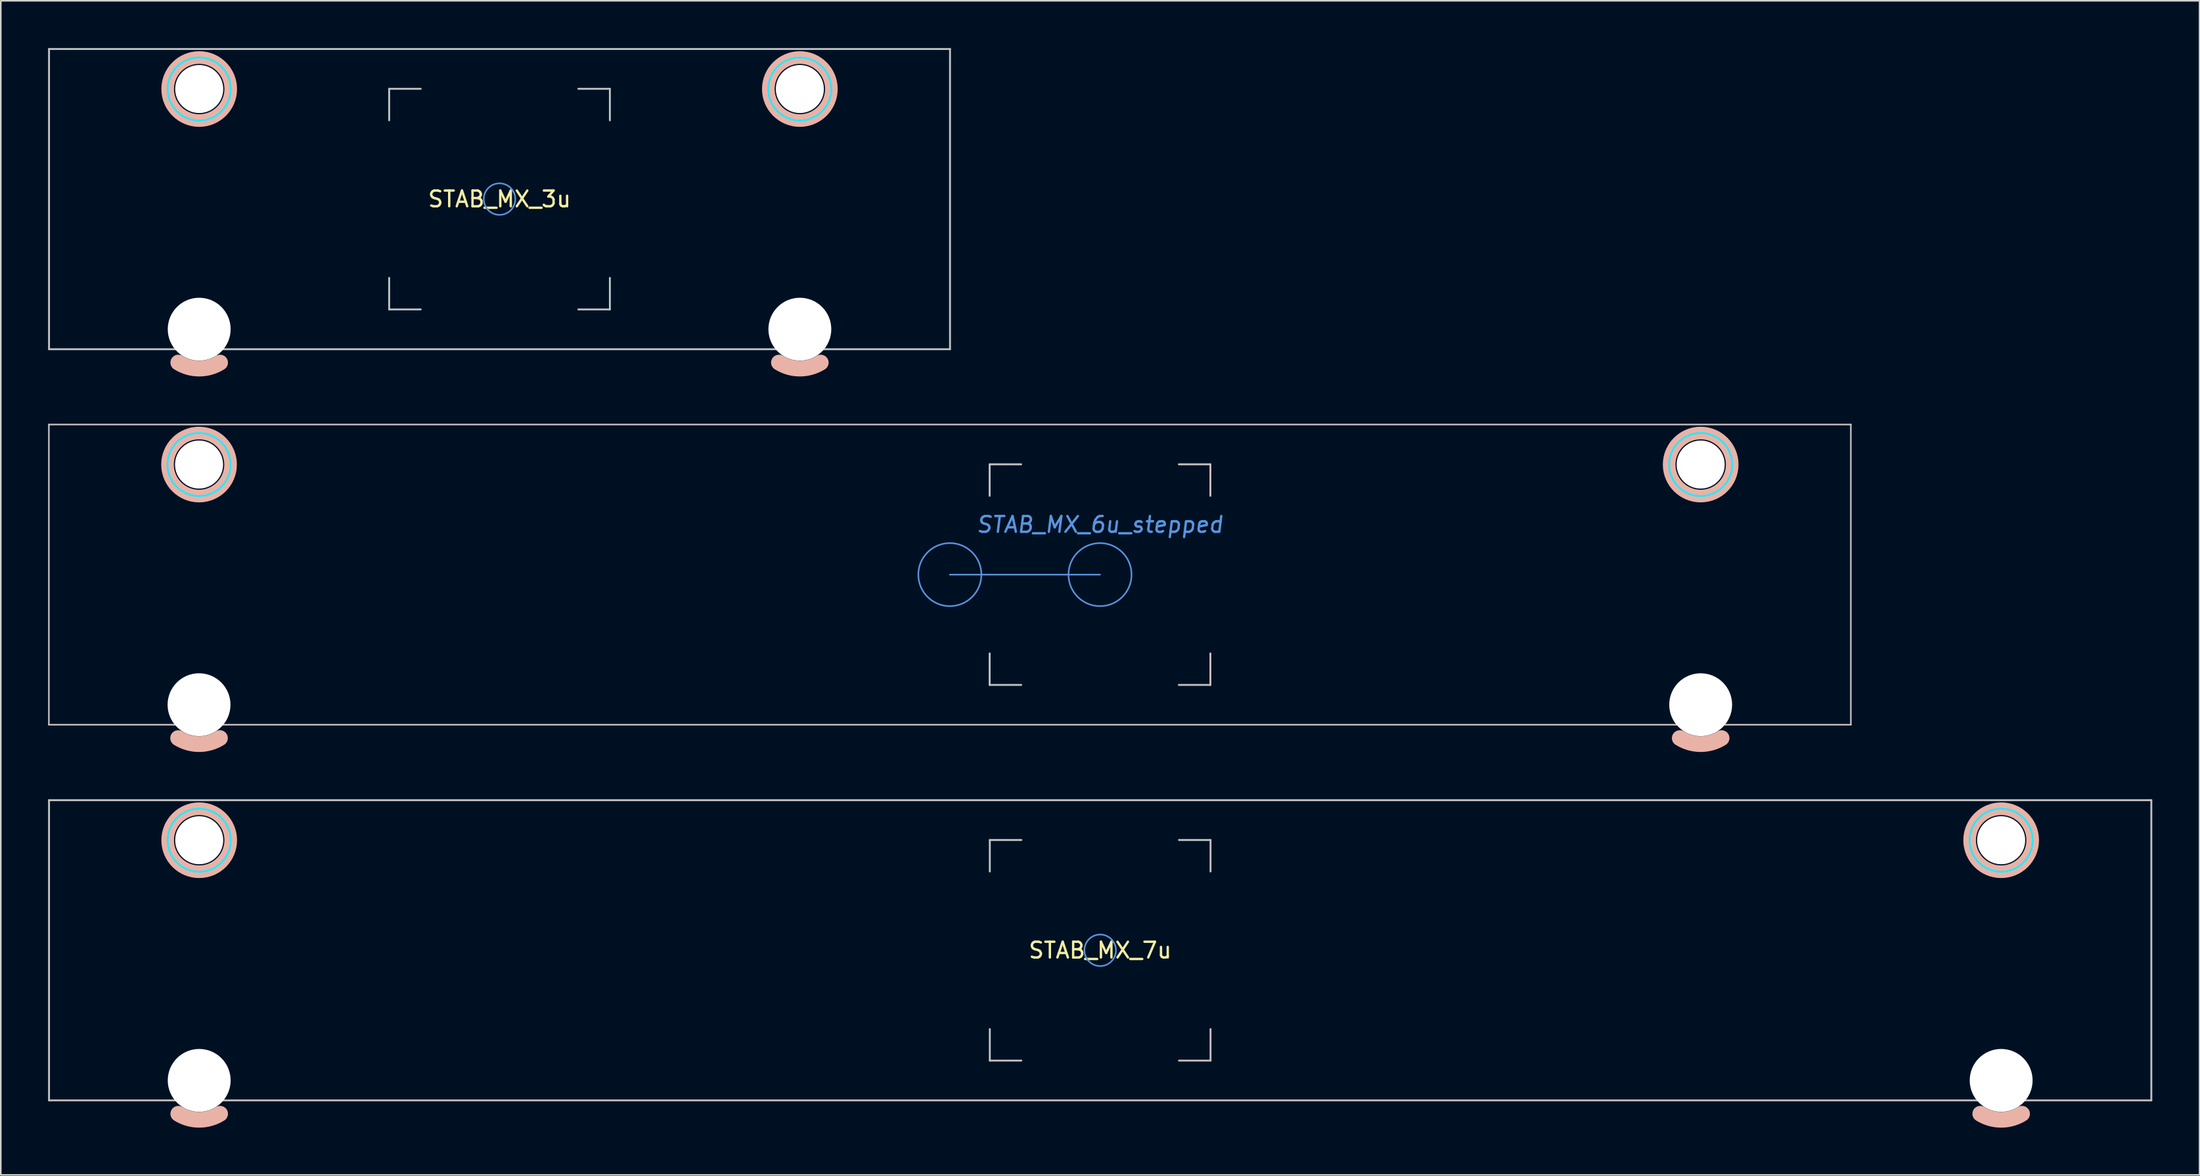
<source format=kicad_pcb>
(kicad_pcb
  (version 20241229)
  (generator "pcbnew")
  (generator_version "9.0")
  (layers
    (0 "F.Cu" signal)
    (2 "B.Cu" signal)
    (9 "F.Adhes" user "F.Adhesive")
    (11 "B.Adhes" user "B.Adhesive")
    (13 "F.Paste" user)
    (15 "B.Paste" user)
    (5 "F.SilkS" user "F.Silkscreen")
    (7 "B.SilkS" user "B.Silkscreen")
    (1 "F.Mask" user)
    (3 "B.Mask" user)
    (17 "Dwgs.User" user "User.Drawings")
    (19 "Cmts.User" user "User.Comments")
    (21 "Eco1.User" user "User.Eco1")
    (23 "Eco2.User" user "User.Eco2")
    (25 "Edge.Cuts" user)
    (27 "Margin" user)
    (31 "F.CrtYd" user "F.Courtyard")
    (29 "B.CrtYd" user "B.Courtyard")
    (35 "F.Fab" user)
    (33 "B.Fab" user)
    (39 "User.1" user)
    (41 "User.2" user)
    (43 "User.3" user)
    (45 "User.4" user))
  (footprint "STAB_MX_3u"
    (layer "F.Cu")
    (at 28.635 9.585)
    (property "Reference" "STAB_MX_3u" (at 0 0 0) (layer "F.SilkS") (effects (font (size 1 1) (thickness 0.15))))
    (attr through_hole exclude_from_pos_files exclude_from_bom)
    (fp_arc (start -17.725002 10.374995) (mid -19.05 10.755) (end -20.374998 10.374995) (stroke (width 1) (type default)) (layer "B.SilkS"))
    (fp_arc (start 20.374998 10.374995) (mid 19.05 10.755) (end 17.725002 10.374995) (stroke (width 1) (type default)) (layer "B.SilkS"))
    (fp_circle (center -19.05 -6.985) (end -21.05 -6.985) (stroke (width 0.8) (type solid)) (fill no) (layer "B.SilkS"))
    (fp_circle (center 19.05 -6.985) (end 17.05 -6.985) (stroke (width 0.8) (type solid)) (fill no) (layer "B.SilkS"))
    (fp_line (start -28.575 -9.525) (end -28.575 9.525) (stroke (width 0.12) (type solid)) (layer "Dwgs.User"))
    (fp_line (start -28.575 -9.525) (end 28.575 -9.525) (stroke (width 0.12) (type solid)) (layer "Dwgs.User"))
    (fp_line (start -28.575 9.525) (end 28.575 9.525) (stroke (width 0.12) (type solid)) (layer "Dwgs.User"))
    (fp_line (start -7 -7) (end -5 -7) (stroke (width 0.12) (type solid)) (layer "Dwgs.User"))
    (fp_line (start -7 -5) (end -7 -7) (stroke (width 0.12) (type solid)) (layer "Dwgs.User"))
    (fp_line (start -7 7) (end -7 5) (stroke (width 0.12) (type solid)) (layer "Dwgs.User"))
    (fp_line (start -5 7) (end -7 7) (stroke (width 0.12) (type solid)) (layer "Dwgs.User"))
    (fp_line (start 5 -7) (end 7 -7) (stroke (width 0.12) (type solid)) (layer "Dwgs.User"))
    (fp_line (start 5 7) (end 7 7) (stroke (width 0.12) (type solid)) (layer "Dwgs.User"))
    (fp_line (start 7 -7) (end 7 -5) (stroke (width 0.12) (type solid)) (layer "Dwgs.User"))
    (fp_line (start 7 7) (end 7 5) (stroke (width 0.12) (type solid)) (layer "Dwgs.User"))
    (fp_line (start 28.575 -9.525) (end 28.575 9.525) (stroke (width 0.12) (type solid)) (layer "Dwgs.User"))
    (fp_circle (center 0 0) (end 0 -1) (stroke (width 0.1) (type default)) (fill no) (layer "Cmts.User"))
    (fp_line (start -22.425 -5.5) (end -22.425 7.5) (stroke (width 0.05) (type solid)) (layer "Eco2.User"))
    (fp_line (start -21.925 -6) (end -16.175 -6) (stroke (width 0.05) (type solid)) (layer "Eco2.User"))
    (fp_line (start -21.925 8) (end -16.175 8) (stroke (width 0.05) (type solid)) (layer "Eco2.User"))
    (fp_line (start -15.675 -5.5) (end -15.675 7.5) (stroke (width 0.05) (type solid)) (layer "Eco2.User"))
    (fp_line (start 15.675 -5.5) (end 15.675 7.5) (stroke (width 0.05) (type solid)) (layer "Eco2.User"))
    (fp_line (start 16.175 -6) (end 21.924 -6) (stroke (width 0.05) (type solid)) (layer "Eco2.User"))
    (fp_line (start 16.175 8) (end 21.925 8) (stroke (width 0.05) (type solid)) (layer "Eco2.User"))
    (fp_line (start 22.424 -5.5) (end 22.425 7.5) (stroke (width 0.05) (type solid)) (layer "Eco2.User"))
    (fp_arc (start -22.425 -5.499999) (mid -22.278553 -5.853552) (end -21.925 -5.999999) (stroke (width 0.05) (type solid)) (layer "Eco2.User"))
    (fp_arc (start -21.925 8.000001) (mid -22.278553 7.853554) (end -22.425 7.500001) (stroke (width 0.05) (type solid)) (layer "Eco2.User"))
    (fp_arc (start -16.175 -5.999999) (mid -15.821447 -5.853552) (end -15.675 -5.499999) (stroke (width 0.05) (type solid)) (layer "Eco2.User"))
    (fp_arc (start -15.675 7.500001) (mid -15.821447 7.853554) (end -16.175 8.000001) (stroke (width 0.05) (type solid)) (layer "Eco2.User"))
    (fp_arc (start 15.675 -5.499999) (mid 15.821447 -5.853552) (end 16.175 -5.999999) (stroke (width 0.05) (type solid)) (layer "Eco2.User"))
    (fp_arc (start 16.175 8.000001) (mid 15.821447 7.853554) (end 15.675 7.500001) (stroke (width 0.05) (type solid)) (layer "Eco2.User"))
    (fp_arc (start 21.923789 -5.999999) (mid 22.277342 -5.853552) (end 22.423789 -5.499999) (stroke (width 0.05) (type solid)) (layer "Eco2.User"))
    (fp_arc (start 22.425 7.500001) (mid 22.278553 7.853554) (end 21.925 8.000001) (stroke (width 0.05) (type solid)) (layer "Eco2.User"))
    (fp_circle (center -19.05 -6.985) (end -17.05 -6.985) (stroke (width 0.12) (type solid)) (fill no) (layer "B.CrtYd"))
    (fp_circle (center 19.05 -6.985) (end 21.05 -6.985) (stroke (width 0.12) (type solid)) (fill no) (layer "B.CrtYd"))
    (pad "" np_thru_hole circle (at -19.05 -6.985) (size 3.048 3.048) (drill 3.048) (layers "*.Cu" "*.Mask"))
    (pad "" np_thru_hole circle (at -19.05 8.255) (size 3.988 3.988) (drill 3.988) (layers "*.Cu" "*.Mask"))
    (pad "" np_thru_hole circle (at 19.05 -6.985) (size 3.048 3.048) (drill 3.048) (layers "*.Cu" "*.Mask"))
    (pad "" np_thru_hole circle (at 19.05 8.255) (size 3.988 3.988) (drill 3.988) (layers "*.Cu" "*.Mask")))
  (footprint "STAB_MX_7u"
    (layer "F.Cu")
    (at 66.735 57.255)
    (property "Reference" "STAB_MX_7u" (at 0 0 0) (layer "F.SilkS") (effects (font (size 1 1) (thickness 0.15))))
    (attr through_hole exclude_from_pos_files exclude_from_bom)
    (fp_arc (start -55.825002 10.374995) (mid -57.15 10.755) (end -58.474998 10.374995) (stroke (width 1) (type default)) (layer "B.SilkS"))
    (fp_arc (start 58.474998 10.374995) (mid 57.15 10.755) (end 55.825002 10.374995) (stroke (width 1) (type default)) (layer "B.SilkS"))
    (fp_circle (center -57.15 -6.985) (end -59.15 -6.985) (stroke (width 0.8) (type solid)) (fill no) (layer "B.SilkS"))
    (fp_circle (center 57.15 -6.985) (end 55.15 -6.985) (stroke (width 0.8) (type solid)) (fill no) (layer "B.SilkS"))
    (fp_line (start -66.675 -9.525) (end -66.675 9.525) (stroke (width 0.12) (type solid)) (layer "Dwgs.User"))
    (fp_line (start -66.675 -9.525) (end 66.675 -9.525) (stroke (width 0.12) (type solid)) (layer "Dwgs.User"))
    (fp_line (start -66.675 9.525) (end 66.675 9.525) (stroke (width 0.12) (type solid)) (layer "Dwgs.User"))
    (fp_line (start -7 -7) (end -5 -7) (stroke (width 0.12) (type solid)) (layer "Dwgs.User"))
    (fp_line (start -7 -5) (end -7 -7) (stroke (width 0.12) (type solid)) (layer "Dwgs.User"))
    (fp_line (start -7 7) (end -7 5) (stroke (width 0.12) (type solid)) (layer "Dwgs.User"))
    (fp_line (start -5 7) (end -7 7) (stroke (width 0.12) (type solid)) (layer "Dwgs.User"))
    (fp_line (start 5 -7) (end 7 -7) (stroke (width 0.12) (type solid)) (layer "Dwgs.User"))
    (fp_line (start 5 7) (end 7 7) (stroke (width 0.12) (type solid)) (layer "Dwgs.User"))
    (fp_line (start 7 -7) (end 7 -5) (stroke (width 0.12) (type solid)) (layer "Dwgs.User"))
    (fp_line (start 7 7) (end 7 5) (stroke (width 0.12) (type solid)) (layer "Dwgs.User"))
    (fp_line (start 66.675 -9.525) (end 66.675 9.525) (stroke (width 0.12) (type solid)) (layer "Dwgs.User"))
    (fp_circle (center 0 0) (end 0 -1) (stroke (width 0.1) (type default)) (fill no) (layer "Cmts.User"))
    (fp_line (start -60.525 -5.5) (end -60.525 7.5) (stroke (width 0.05) (type solid)) (layer "Eco2.User"))
    (fp_line (start -60.025 -6) (end -54.275 -6) (stroke (width 0.05) (type solid)) (layer "Eco2.User"))
    (fp_line (start -60.025 8) (end -54.275 8) (stroke (width 0.05) (type solid)) (layer "Eco2.User"))
    (fp_line (start -53.775 -5.5) (end -53.775 7.5) (stroke (width 0.05) (type solid)) (layer "Eco2.User"))
    (fp_line (start 53.775 -5.5) (end 53.775 7.5) (stroke (width 0.05) (type solid)) (layer "Eco2.User"))
    (fp_line (start 54.275 -6) (end 60.024 -6) (stroke (width 0.05) (type solid)) (layer "Eco2.User"))
    (fp_line (start 54.275 8) (end 60.025 8) (stroke (width 0.05) (type solid)) (layer "Eco2.User"))
    (fp_line (start 60.524 -5.5) (end 60.525 7.5) (stroke (width 0.05) (type solid)) (layer "Eco2.User"))
    (fp_arc (start -60.525 -5.499999) (mid -60.378553 -5.853552) (end -60.025 -5.999999) (stroke (width 0.05) (type solid)) (layer "Eco2.User"))
    (fp_arc (start -60.025 8.000001) (mid -60.378553 7.853554) (end -60.525 7.500001) (stroke (width 0.05) (type solid)) (layer "Eco2.User"))
    (fp_arc (start -54.275 -5.999999) (mid -53.921447 -5.853552) (end -53.775 -5.499999) (stroke (width 0.05) (type solid)) (layer "Eco2.User"))
    (fp_arc (start -53.775 7.500001) (mid -53.921447 7.853554) (end -54.275 8.000001) (stroke (width 0.05) (type solid)) (layer "Eco2.User"))
    (fp_arc (start 53.775 -5.499999) (mid 53.921447 -5.853552) (end 54.275 -5.999999) (stroke (width 0.05) (type solid)) (layer "Eco2.User"))
    (fp_arc (start 54.275 8.000001) (mid 53.921447 7.853554) (end 53.775 7.500001) (stroke (width 0.05) (type solid)) (layer "Eco2.User"))
    (fp_arc (start 60.023789 -5.999999) (mid 60.377342 -5.853552) (end 60.523789 -5.499999) (stroke (width 0.05) (type solid)) (layer "Eco2.User"))
    (fp_arc (start 60.525 7.500001) (mid 60.378553 7.853554) (end 60.025 8.000001) (stroke (width 0.05) (type solid)) (layer "Eco2.User"))
    (fp_circle (center -57.15 -6.985) (end -55.15 -6.985) (stroke (width 0.12) (type solid)) (fill no) (layer "B.CrtYd"))
    (fp_circle (center 57.15 -6.985) (end 59.15 -6.985) (stroke (width 0.12) (type solid)) (fill no) (layer "B.CrtYd"))
    (pad "" np_thru_hole circle (at -57.15 -6.985) (size 3.048 3.048) (drill 3.048) (layers "*.Cu" "*.Mask"))
    (pad "" np_thru_hole circle (at -57.15 8.255) (size 3.988 3.988) (drill 3.988) (layers "*.Cu" "*.Mask"))
    (pad "" np_thru_hole circle (at 57.15 -6.985) (size 3.048 3.048) (drill 3.048) (layers "*.Cu" "*.Mask"))
    (pad "" np_thru_hole circle (at 57.15 8.255) (size 3.988 3.988) (drill 3.988) (layers "*.Cu" "*.Mask")))
  (footprint "STAB_MX_6u_stepped"
    (layer "F.Cu")
    (at 66.725 33.415)
    (property "Reference" "STAB_MX_6u_stepped" (at 0 -3.175 180) (layer "Cmts.User") (effects (font (size 1 1) (thickness 0.15) (italic yes))))
    (attr through_hole)
    (fp_circle (center -57.15 8.255) (end -56.15 8.255) (stroke (width 0.2) (type default)) (fill no) (layer "F.Cu"))
    (fp_arc (start -55.825002 10.374995) (mid -57.15 10.755) (end -58.474998 10.374995) (stroke (width 1) (type default)) (layer "B.SilkS"))
    (fp_arc (start 39.424998 10.374995) (mid 38.1 10.755) (end 36.775002 10.374995) (stroke (width 1) (type default)) (layer "B.SilkS"))
    (fp_circle (center -57.15 -6.985) (end -59.15 -6.985) (stroke (width 0.8) (type solid)) (fill no) (layer "B.SilkS"))
    (fp_circle (center 38.1 -6.985) (end 36.1 -6.985) (stroke (width 0.8) (type solid)) (fill no) (layer "B.SilkS"))
    (fp_line (start -66.675 9.525) (end -66.675 -9.525) (stroke (width 0.1) (type solid)) (layer "Dwgs.User"))
    (fp_line (start -7 -7) (end -7 -5) (stroke (width 0.12) (type solid)) (layer "Dwgs.User"))
    (fp_line (start -7 7) (end -7 5) (stroke (width 0.12) (type solid)) (layer "Dwgs.User"))
    (fp_line (start -5 -7) (end -7 -7) (stroke (width 0.12) (type solid)) (layer "Dwgs.User"))
    (fp_line (start -5 7) (end -7 7) (stroke (width 0.12) (type solid)) (layer "Dwgs.User"))
    (fp_line (start 5 -7) (end 7 -7) (stroke (width 0.12) (type solid)) (layer "Dwgs.User"))
    (fp_line (start 7 -7) (end 7 -5) (stroke (width 0.12) (type solid)) (layer "Dwgs.User"))
    (fp_line (start 7 5) (end 7 7) (stroke (width 0.12) (type solid)) (layer "Dwgs.User"))
    (fp_line (start 7 7) (end 5 7) (stroke (width 0.12) (type solid)) (layer "Dwgs.User"))
    (fp_line (start 47.625 -9.525) (end -66.675 -9.525) (stroke (width 0.1) (type solid)) (layer "Dwgs.User"))
    (fp_line (start 47.625 9.525) (end -66.675 9.525) (stroke (width 0.1) (type solid)) (layer "Dwgs.User"))
    (fp_line (start 47.625 9.525) (end 47.625 -9.525) (stroke (width 0.1) (type solid)) (layer "Dwgs.User"))
    (fp_line (start 0 0) (end -9.525 0) (stroke (width 0.1) (type default)) (layer "Cmts.User"))
    (fp_circle (center -9.525 0) (end -9.525 -2) (stroke (width 0.1) (type default)) (fill no) (layer "Cmts.User"))
    (fp_circle (center 0 0) (end 0 -2) (stroke (width 0.1) (type default)) (fill no) (layer "Cmts.User"))
    (fp_line (start -60.525 -5.5) (end -60.525 7.5) (stroke (width 0.05) (type solid)) (layer "Eco2.User"))
    (fp_line (start -60.025 -6) (end -54.276 -6) (stroke (width 0.05) (type solid)) (layer "Eco2.User"))
    (fp_line (start -60.025 8) (end -54.275 8) (stroke (width 0.05) (type solid)) (layer "Eco2.User"))
    (fp_line (start -53.776 -5.5) (end -53.775 7.5) (stroke (width 0.05) (type solid)) (layer "Eco2.User"))
    (fp_line (start 34.725 -5.5) (end 34.725 7.5) (stroke (width 0.05) (type solid)) (layer "Eco2.User"))
    (fp_line (start 35.225 -6) (end 40.975 -6) (stroke (width 0.05) (type solid)) (layer "Eco2.User"))
    (fp_line (start 35.225 8) (end 40.975 8) (stroke (width 0.05) (type solid)) (layer "Eco2.User"))
    (fp_line (start 41.475 -5.5) (end 41.475 7.5) (stroke (width 0.05) (type solid)) (layer "Eco2.User"))
    (fp_arc (start -60.525 -5.499999) (mid -60.378565 -5.853564) (end -60.025 -5.999999) (stroke (width 0.05) (type solid)) (layer "Eco2.User"))
    (fp_arc (start -60.025 8.000001) (mid -60.378528 7.853529) (end -60.525 7.500001) (stroke (width 0.05) (type solid)) (layer "Eco2.User"))
    (fp_arc (start -54.276211 -5.999999) (mid -53.922677 -5.853533) (end -53.776211 -5.499999) (stroke (width 0.05) (type solid)) (layer "Eco2.User"))
    (fp_arc (start -53.775 7.500001) (mid -53.921437 7.853564) (end -54.275 8.000001) (stroke (width 0.05) (type solid)) (layer "Eco2.User"))
    (fp_arc (start 34.725 -5.499999) (mid 34.871447 -5.853552) (end 35.225 -5.999999) (stroke (width 0.05) (type solid)) (layer "Eco2.User"))
    (fp_arc (start 35.225 8.000001) (mid 34.871447 7.853554) (end 34.725 7.500001) (stroke (width 0.05) (type solid)) (layer "Eco2.User"))
    (fp_arc (start 40.975 -5.999999) (mid 41.328553 -5.853552) (end 41.475 -5.499999) (stroke (width 0.05) (type solid)) (layer "Eco2.User"))
    (fp_arc (start 41.475 7.500001) (mid 41.328553 7.853554) (end 40.975 8.000001) (stroke (width 0.05) (type solid)) (layer "Eco2.User"))
    (fp_circle (center -57.15 -6.985) (end -55.15 -6.985) (stroke (width 0.12) (type solid)) (fill no) (layer "B.CrtYd"))
    (fp_circle (center 38.1 -6.985) (end 40.1 -6.985) (stroke (width 0.12) (type solid)) (fill no) (layer "B.CrtYd"))
    (pad "" np_thru_hole circle (at -57.15 -6.985) (size 3.048 3.048) (drill 3.048) (layers "*.Cu" "*.Mask"))
    (pad "" np_thru_hole circle (at -57.15 8.255) (size 3.988 3.988) (drill 3.988) (layers "*.Cu" "*.Mask"))
    (pad "" np_thru_hole circle (at 38.1 -6.985) (size 3.048 3.048) (drill 3.048) (layers "*.Cu" "*.Mask"))
    (pad "" np_thru_hole circle (at 38.1 8.255) (size 3.988 3.988) (drill 3.988) (layers "*.Cu" "*.Mask")))
  (gr_rect
    (start -3 -3)
    (end 136.47 71.51)
    (stroke (width 0.1) (type default))
    (fill no)
    (layer "Edge.Cuts")))
</source>
